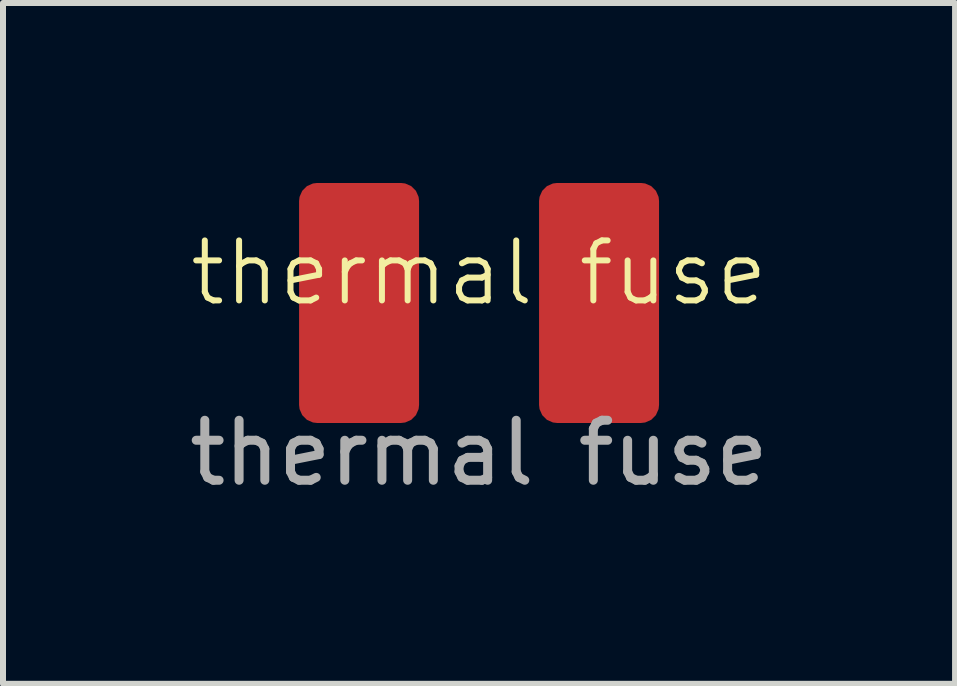
<source format=kicad_pcb>
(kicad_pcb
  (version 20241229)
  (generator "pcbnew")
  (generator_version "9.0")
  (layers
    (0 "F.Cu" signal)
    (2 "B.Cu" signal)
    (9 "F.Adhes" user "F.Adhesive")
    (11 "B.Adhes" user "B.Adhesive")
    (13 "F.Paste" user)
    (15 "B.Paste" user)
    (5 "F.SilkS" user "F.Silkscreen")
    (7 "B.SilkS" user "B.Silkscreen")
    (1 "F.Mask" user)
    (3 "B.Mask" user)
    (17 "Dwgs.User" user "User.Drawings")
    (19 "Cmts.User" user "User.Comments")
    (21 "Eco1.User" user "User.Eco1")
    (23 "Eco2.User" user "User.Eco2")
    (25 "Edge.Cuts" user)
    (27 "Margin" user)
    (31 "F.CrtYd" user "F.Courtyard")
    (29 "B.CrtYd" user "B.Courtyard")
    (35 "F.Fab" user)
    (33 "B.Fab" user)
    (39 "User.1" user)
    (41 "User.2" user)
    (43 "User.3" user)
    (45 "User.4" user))
  (footprint "thermal fuse"
    (layer "F.Cu")
    (at 4.935 2)
    (property "Reference" "thermal fuse" (at 0 -0.5 0) (unlocked yes) (layer "F.SilkS") (effects (font (size 1 1) (thickness 0.1))))
    (attr smd)
    (fp_text user "${REFERENCE}" (at 0 2.5 0) (unlocked yes) (layer "F.Fab") (effects (font (size 1 1) (thickness 0.15))))
    (pad "1" smd roundrect (at -2 0) (size 2 4) (layers "F.Cu" "F.Mask" "F.Paste") (roundrect_rratio 0.15))
    (pad "2" smd roundrect (at 2 0) (size 2 4) (layers "F.Cu" "F.Mask" "F.Paste") (roundrect_rratio 0.15)))
  (gr_rect
    (start -3 -3)
    (end 12.869 8.348)
    (stroke (width 0.1) (type default))
    (fill no)
    (layer "Edge.Cuts")))
</source>
